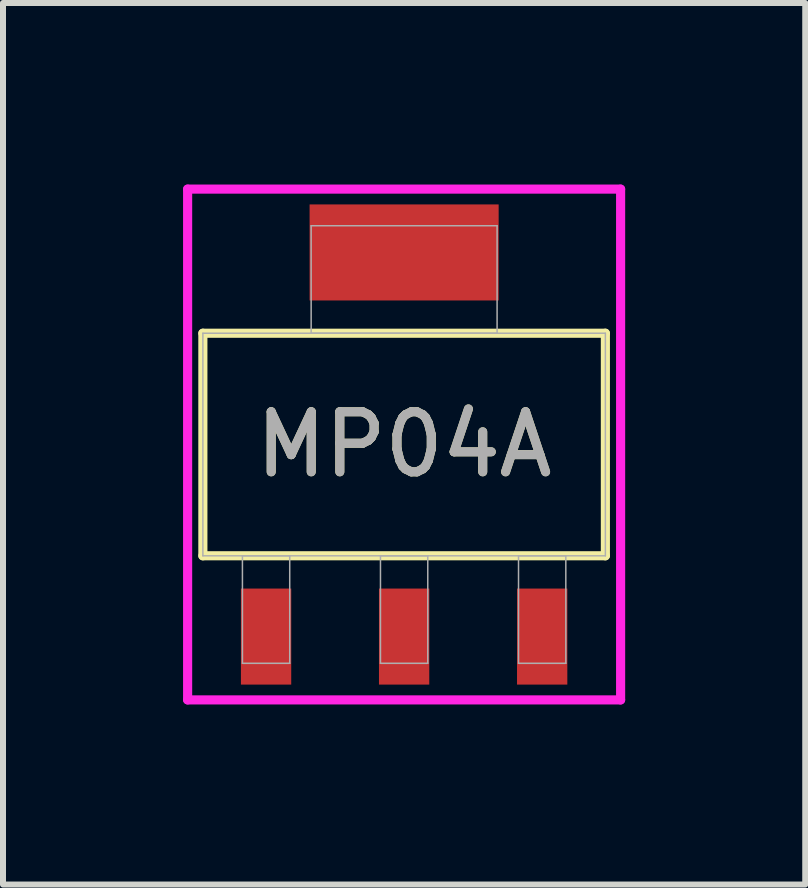
<source format=kicad_pcb>
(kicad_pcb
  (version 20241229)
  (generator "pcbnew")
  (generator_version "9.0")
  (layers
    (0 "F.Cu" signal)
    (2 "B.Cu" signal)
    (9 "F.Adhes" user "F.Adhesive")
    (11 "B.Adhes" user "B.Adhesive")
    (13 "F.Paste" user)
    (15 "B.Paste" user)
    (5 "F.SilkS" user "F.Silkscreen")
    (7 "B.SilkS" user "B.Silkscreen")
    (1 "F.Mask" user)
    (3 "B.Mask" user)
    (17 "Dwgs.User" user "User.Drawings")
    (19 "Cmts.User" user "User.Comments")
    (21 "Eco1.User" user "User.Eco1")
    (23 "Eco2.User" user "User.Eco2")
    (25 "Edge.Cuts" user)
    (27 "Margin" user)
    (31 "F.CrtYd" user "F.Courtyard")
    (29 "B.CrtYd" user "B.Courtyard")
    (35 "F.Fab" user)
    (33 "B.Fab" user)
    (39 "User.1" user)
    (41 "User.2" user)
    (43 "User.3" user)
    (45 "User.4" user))
  (footprint "MP04A"
    (layer "F.Cu")
    (at 3.683 4.356)
    (property "Reference" "MP04A" (at 0 0 0) (unlocked yes) (layer "F.SilkS") (effects (font (size 1 1) (thickness 0.15))))
    (attr smd)
    (fp_poly (pts (xy 1.575 -4) (xy -1.575 -4) (xy -1.575 -2.4) (xy 1.575 -2.4)) (stroke (width 0) (type solid)) (fill yes) (layer "F.Cu"))
    (fp_poly (pts (xy 1.6 -4.356) (xy -1.6 -4.356) (xy -1.6 -2.045) (xy 1.6 -2.045)) (stroke (width 0) (type solid)) (fill yes) (layer "F.Mask"))
    (fp_line (start -3.353 -1.854) (end -3.353 1.854) (stroke (width 0.152) (type solid)) (layer "F.SilkS"))
    (fp_line (start -3.353 1.854) (end 3.353 1.854) (stroke (width 0.152) (type solid)) (layer "F.SilkS"))
    (fp_line (start 3.353 -1.854) (end -3.353 -1.854) (stroke (width 0.152) (type solid)) (layer "F.SilkS"))
    (fp_line (start 3.353 1.854) (end 3.353 -1.854) (stroke (width 0.152) (type solid)) (layer "F.SilkS"))
    (fp_poly (pts (xy 1.575 -4) (xy -1.575 -4) (xy -1.575 -2.4) (xy 1.575 -2.4)) (stroke (width 0) (type solid)) (fill yes) (layer "F.Paste"))
    (fp_line (start -3.607 -4.255) (end 3.607 -4.255) (stroke (width 0.152) (type solid)) (layer "F.CrtYd"))
    (fp_line (start -3.607 4.255) (end -3.607 -4.255) (stroke (width 0.152) (type solid)) (layer "F.CrtYd"))
    (fp_line (start 3.607 -4.255) (end 3.607 4.255) (stroke (width 0.152) (type solid)) (layer "F.CrtYd"))
    (fp_line (start 3.607 4.255) (end -3.607 4.255) (stroke (width 0.152) (type solid)) (layer "F.CrtYd"))
    (fp_line (start -3.353 -1.854) (end -3.353 1.854) (stroke (width 0.025) (type solid)) (layer "F.Fab"))
    (fp_line (start -3.353 1.854) (end 3.353 1.854) (stroke (width 0.025) (type solid)) (layer "F.Fab"))
    (fp_line (start -2.694 1.854) (end -2.694 3.645) (stroke (width 0.025) (type solid)) (layer "F.Fab"))
    (fp_line (start -2.694 3.645) (end -1.906 3.645) (stroke (width 0.025) (type solid)) (layer "F.Fab"))
    (fp_line (start -1.906 1.854) (end -2.694 1.854) (stroke (width 0.025) (type solid)) (layer "F.Fab"))
    (fp_line (start -1.906 3.645) (end -1.906 1.854) (stroke (width 0.025) (type solid)) (layer "F.Fab"))
    (fp_line (start -1.549 -3.645) (end -1.549 -1.854) (stroke (width 0.025) (type solid)) (layer "F.Fab"))
    (fp_line (start -1.549 -1.854) (end 1.549 -1.854) (stroke (width 0.025) (type solid)) (layer "F.Fab"))
    (fp_line (start -0.394 1.854) (end -0.394 3.645) (stroke (width 0.025) (type solid)) (layer "F.Fab"))
    (fp_line (start -0.394 3.645) (end 0.394 3.645) (stroke (width 0.025) (type solid)) (layer "F.Fab"))
    (fp_line (start 0.394 1.854) (end -0.394 1.854) (stroke (width 0.025) (type solid)) (layer "F.Fab"))
    (fp_line (start 0.394 3.645) (end 0.394 1.854) (stroke (width 0.025) (type solid)) (layer "F.Fab"))
    (fp_line (start 1.549 -3.645) (end -1.549 -3.645) (stroke (width 0.025) (type solid)) (layer "F.Fab"))
    (fp_line (start 1.549 -1.854) (end 1.549 -3.645) (stroke (width 0.025) (type solid)) (layer "F.Fab"))
    (fp_line (start 1.906 1.854) (end 1.906 3.645) (stroke (width 0.025) (type solid)) (layer "F.Fab"))
    (fp_line (start 1.906 3.645) (end 2.694 3.645) (stroke (width 0.025) (type solid)) (layer "F.Fab"))
    (fp_line (start 2.694 1.854) (end 1.906 1.854) (stroke (width 0.025) (type solid)) (layer "F.Fab"))
    (fp_line (start 2.694 3.645) (end 2.694 1.854) (stroke (width 0.025) (type solid)) (layer "F.Fab"))
    (fp_line (start 3.353 -1.854) (end -3.353 -1.854) (stroke (width 0.025) (type solid)) (layer "F.Fab"))
    (fp_line (start 3.353 1.854) (end 3.353 -1.854) (stroke (width 0.025) (type solid)) (layer "F.Fab"))
    (fp_text user "${REFERENCE}" (at 0 0 0) (unlocked yes) (layer "F.Fab") (effects (font (size 1 1) (thickness 0.15))))
    (pad "1" smd rect (at -2.3 3.2) (size 0.838 1.6) (layers "F.Cu" "F.Mask" "F.Paste"))
    (pad "2" smd rect (at 0 3.2) (size 0.838 1.6) (layers "F.Cu" "F.Mask" "F.Paste"))
    (pad "3" smd rect (at 2.3 3.2) (size 0.838 1.6) (layers "F.Cu" "F.Mask" "F.Paste")))
  (gr_rect
    (start -3 -3)
    (end 10.366 11.687)
    (stroke (width 0.1) (type default))
    (fill no)
    (layer "Edge.Cuts")))
</source>
